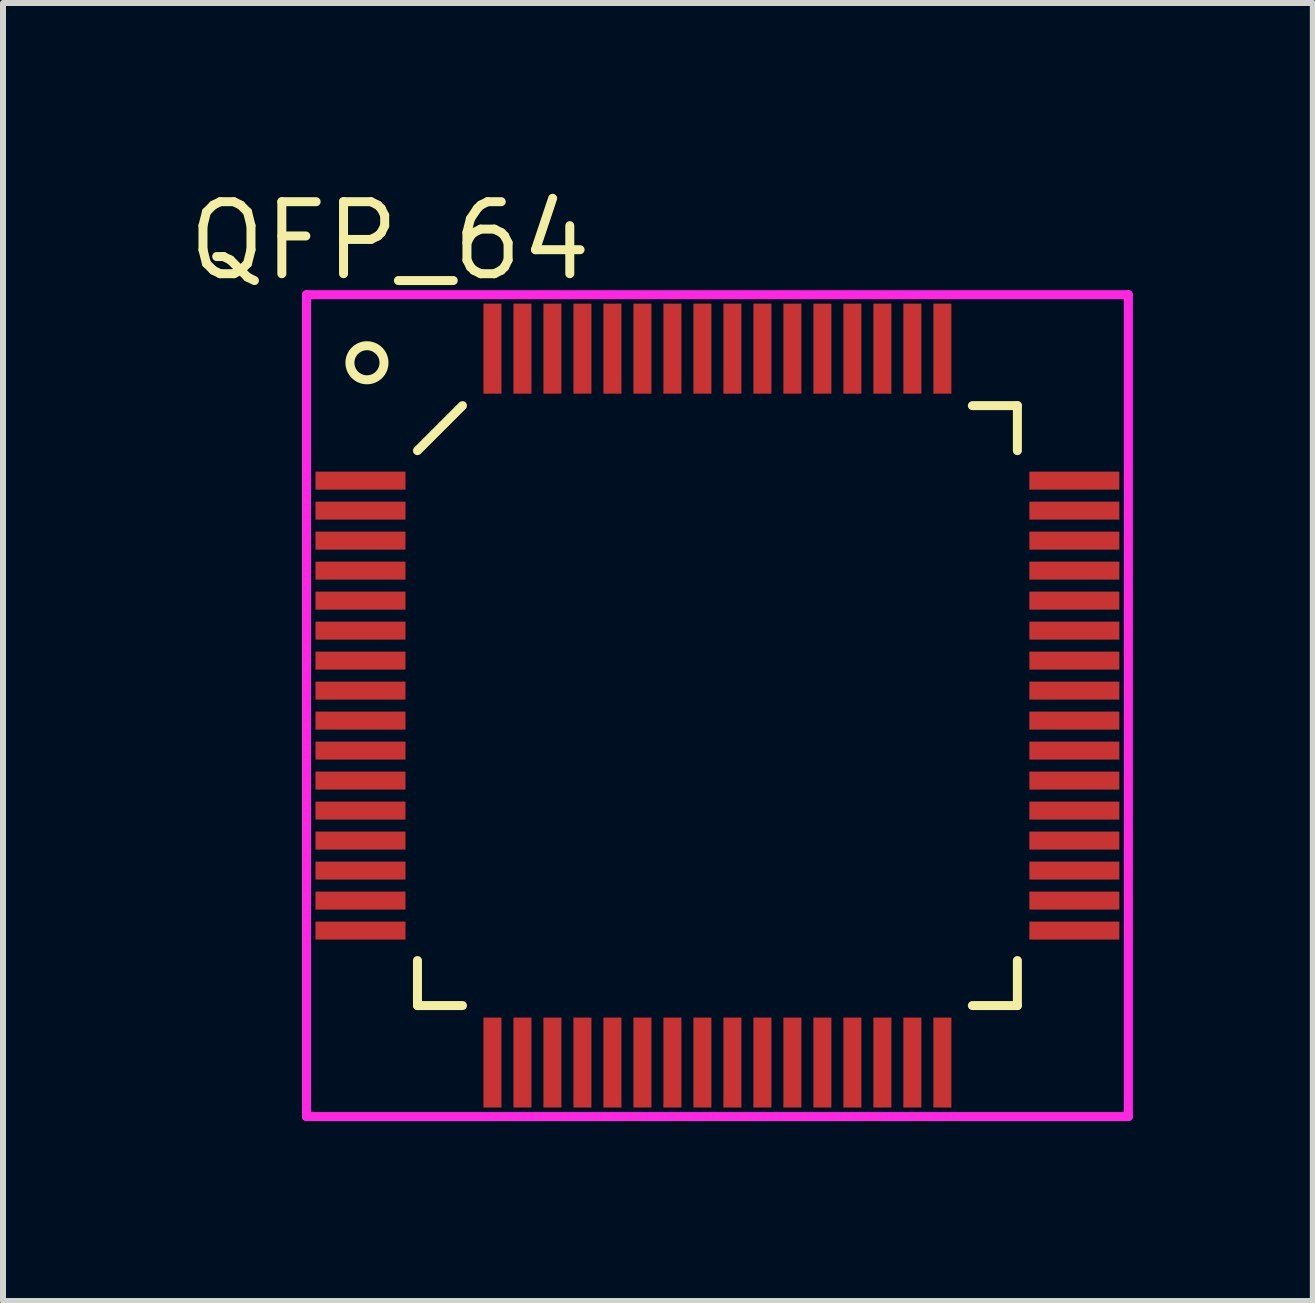
<source format=kicad_pcb>
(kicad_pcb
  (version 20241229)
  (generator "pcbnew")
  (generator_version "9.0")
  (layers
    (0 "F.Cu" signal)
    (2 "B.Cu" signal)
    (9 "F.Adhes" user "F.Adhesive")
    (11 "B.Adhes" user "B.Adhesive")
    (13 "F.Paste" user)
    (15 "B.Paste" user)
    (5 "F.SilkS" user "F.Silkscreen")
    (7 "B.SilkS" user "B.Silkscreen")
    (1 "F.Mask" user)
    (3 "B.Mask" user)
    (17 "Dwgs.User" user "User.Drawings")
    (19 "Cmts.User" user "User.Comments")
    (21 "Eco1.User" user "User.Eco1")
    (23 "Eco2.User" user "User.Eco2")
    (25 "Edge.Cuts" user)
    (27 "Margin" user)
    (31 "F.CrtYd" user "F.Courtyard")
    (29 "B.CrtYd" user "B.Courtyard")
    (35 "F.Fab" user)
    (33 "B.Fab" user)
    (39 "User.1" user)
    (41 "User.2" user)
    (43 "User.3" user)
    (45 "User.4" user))
  (footprint "QFP_64"
    (layer "F.Cu")
    (at 8.909 8.712)
    (property "Reference" "QFP_64" (at -5.461 -7.747 0) (layer "F.SilkS") (effects (font (size 1.2 1.2) (thickness 0.15))))
    (attr through_hole)
    (fp_line (start -5 -4.25) (end -4.25 -5) (stroke (width 0.15) (type solid)) (layer "F.SilkS"))
    (fp_line (start -5 5) (end -5 4.25) (stroke (width 0.15) (type solid)) (layer "F.SilkS"))
    (fp_line (start -4.25 5) (end -5 5) (stroke (width 0.15) (type solid)) (layer "F.SilkS"))
    (fp_line (start 4.25 -5) (end 5 -5) (stroke (width 0.15) (type solid)) (layer "F.SilkS"))
    (fp_line (start 4.25 5) (end 5 5) (stroke (width 0.15) (type solid)) (layer "F.SilkS"))
    (fp_line (start 5 -5) (end 5 -4.25) (stroke (width 0.15) (type solid)) (layer "F.SilkS"))
    (fp_line (start 5 5) (end 5 4.25) (stroke (width 0.15) (type solid)) (layer "F.SilkS"))
    (fp_circle (center -5.842 -5.715) (end -5.588 -5.588) (stroke (width 0.15) (type solid)) (fill no) (layer "F.SilkS"))
    (fp_line (start -6.85 -6.85) (end 6.85 -6.85) (stroke (width 0.15) (type solid)) (layer "F.CrtYd"))
    (fp_line (start -6.85 6.85) (end -6.85 -6.85) (stroke (width 0.15) (type solid)) (layer "F.CrtYd"))
    (fp_line (start 6.85 -6.85) (end 6.85 6.85) (stroke (width 0.15) (type solid)) (layer "F.CrtYd"))
    (fp_line (start 6.85 6.85) (end -6.85 6.85) (stroke (width 0.15) (type solid)) (layer "F.CrtYd"))
    (pad "1" smd rect (at -5.95 -3.75 90) (size 0.3 1.5) (layers "F.Cu" "F.Mask" "F.Paste"))
    (pad "2" smd rect (at -5.95 -3.25 90) (size 0.3 1.5) (layers "F.Cu" "F.Mask" "F.Paste"))
    (pad "3" smd rect (at -5.95 -2.75 90) (size 0.3 1.5) (layers "F.Cu" "F.Mask" "F.Paste"))
    (pad "4" smd rect (at -5.95 -2.25 90) (size 0.3 1.5) (layers "F.Cu" "F.Mask" "F.Paste"))
    (pad "5" smd rect (at -5.95 -1.75 90) (size 0.3 1.5) (layers "F.Cu" "F.Mask" "F.Paste"))
    (pad "6" smd rect (at -5.95 -1.25 90) (size 0.3 1.5) (layers "F.Cu" "F.Mask" "F.Paste"))
    (pad "7" smd rect (at -5.95 -0.75 90) (size 0.3 1.5) (layers "F.Cu" "F.Mask" "F.Paste"))
    (pad "8" smd rect (at -5.95 -0.25 90) (size 0.3 1.5) (layers "F.Cu" "F.Mask" "F.Paste"))
    (pad "9" smd rect (at -5.95 0.25 90) (size 0.3 1.5) (layers "F.Cu" "F.Mask" "F.Paste"))
    (pad "10" smd rect (at -5.95 0.75 90) (size 0.3 1.5) (layers "F.Cu" "F.Mask" "F.Paste"))
    (pad "11" smd rect (at -5.95 1.25 90) (size 0.3 1.5) (layers "F.Cu" "F.Mask" "F.Paste"))
    (pad "12" smd rect (at -5.95 1.75 90) (size 0.3 1.5) (layers "F.Cu" "F.Mask" "F.Paste"))
    (pad "13" smd rect (at -5.95 2.25 90) (size 0.3 1.5) (layers "F.Cu" "F.Mask" "F.Paste"))
    (pad "14" smd rect (at -5.95 2.75 90) (size 0.3 1.5) (layers "F.Cu" "F.Mask" "F.Paste"))
    (pad "15" smd rect (at -5.95 3.25 90) (size 0.3 1.5) (layers "F.Cu" "F.Mask" "F.Paste"))
    (pad "16" smd rect (at -5.95 3.75 90) (size 0.3 1.5) (layers "F.Cu" "F.Mask" "F.Paste"))
    (pad "17" smd rect (at -3.75 5.95) (size 0.3 1.5) (layers "F.Cu" "F.Mask" "F.Paste"))
    (pad "18" smd rect (at -3.25 5.95) (size 0.3 1.5) (layers "F.Cu" "F.Mask" "F.Paste"))
    (pad "19" smd rect (at -2.75 5.95) (size 0.3 1.5) (layers "F.Cu" "F.Mask" "F.Paste"))
    (pad "20" smd rect (at -2.25 5.95) (size 0.3 1.5) (layers "F.Cu" "F.Mask" "F.Paste"))
    (pad "21" smd rect (at -1.75 5.95) (size 0.3 1.5) (layers "F.Cu" "F.Mask" "F.Paste"))
    (pad "22" smd rect (at -1.25 5.95) (size 0.3 1.5) (layers "F.Cu" "F.Mask" "F.Paste"))
    (pad "23" smd rect (at -0.75 5.95) (size 0.3 1.5) (layers "F.Cu" "F.Mask" "F.Paste"))
    (pad "24" smd rect (at -0.25 5.95) (size 0.3 1.5) (layers "F.Cu" "F.Mask" "F.Paste"))
    (pad "25" smd rect (at 0.25 5.95) (size 0.3 1.5) (layers "F.Cu" "F.Mask" "F.Paste"))
    (pad "26" smd rect (at 0.75 5.95) (size 0.3 1.5) (layers "F.Cu" "F.Mask" "F.Paste"))
    (pad "27" smd rect (at 1.25 5.95) (size 0.3 1.5) (layers "F.Cu" "F.Mask" "F.Paste"))
    (pad "28" smd rect (at 1.75 5.95) (size 0.3 1.5) (layers "F.Cu" "F.Mask" "F.Paste"))
    (pad "29" smd rect (at 2.25 5.95) (size 0.3 1.5) (layers "F.Cu" "F.Mask" "F.Paste"))
    (pad "30" smd rect (at 2.75 5.95) (size 0.3 1.5) (layers "F.Cu" "F.Mask" "F.Paste"))
    (pad "31" smd rect (at 3.25 5.95) (size 0.3 1.5) (layers "F.Cu" "F.Mask" "F.Paste"))
    (pad "32" smd rect (at 3.75 5.95) (size 0.3 1.5) (layers "F.Cu" "F.Mask" "F.Paste"))
    (pad "33" smd rect (at 5.95 3.75 90) (size 0.3 1.5) (layers "F.Cu" "F.Mask" "F.Paste"))
    (pad "34" smd rect (at 5.95 3.25 90) (size 0.3 1.5) (layers "F.Cu" "F.Mask" "F.Paste"))
    (pad "35" smd rect (at 5.95 2.75 90) (size 0.3 1.5) (layers "F.Cu" "F.Mask" "F.Paste"))
    (pad "36" smd rect (at 5.95 2.25 90) (size 0.3 1.5) (layers "F.Cu" "F.Mask" "F.Paste"))
    (pad "37" smd rect (at 5.95 1.75 90) (size 0.3 1.5) (layers "F.Cu" "F.Mask" "F.Paste"))
    (pad "38" smd rect (at 5.95 1.25 90) (size 0.3 1.5) (layers "F.Cu" "F.Mask" "F.Paste"))
    (pad "39" smd rect (at 5.95 0.75 90) (size 0.3 1.5) (layers "F.Cu" "F.Mask" "F.Paste"))
    (pad "40" smd rect (at 5.95 0.25 90) (size 0.3 1.5) (layers "F.Cu" "F.Mask" "F.Paste"))
    (pad "41" smd rect (at 5.95 -0.25 90) (size 0.3 1.5) (layers "F.Cu" "F.Mask" "F.Paste"))
    (pad "42" smd rect (at 5.95 -0.75 90) (size 0.3 1.5) (layers "F.Cu" "F.Mask" "F.Paste"))
    (pad "43" smd rect (at 5.95 -1.25 90) (size 0.3 1.5) (layers "F.Cu" "F.Mask" "F.Paste"))
    (pad "44" smd rect (at 5.95 -1.75 90) (size 0.3 1.5) (layers "F.Cu" "F.Mask" "F.Paste"))
    (pad "45" smd rect (at 5.95 -2.25 90) (size 0.3 1.5) (layers "F.Cu" "F.Mask" "F.Paste"))
    (pad "46" smd rect (at 5.95 -2.75 90) (size 0.3 1.5) (layers "F.Cu" "F.Mask" "F.Paste"))
    (pad "47" smd rect (at 5.95 -3.25 90) (size 0.3 1.5) (layers "F.Cu" "F.Mask" "F.Paste"))
    (pad "48" smd rect (at 5.95 -3.75 90) (size 0.3 1.5) (layers "F.Cu" "F.Mask" "F.Paste"))
    (pad "49" smd rect (at 3.75 -5.95) (size 0.3 1.5) (layers "F.Cu" "F.Mask" "F.Paste"))
    (pad "50" smd rect (at 3.25 -5.95) (size 0.3 1.5) (layers "F.Cu" "F.Mask" "F.Paste"))
    (pad "51" smd rect (at 2.75 -5.95) (size 0.3 1.5) (layers "F.Cu" "F.Mask" "F.Paste"))
    (pad "52" smd rect (at 2.25 -5.95) (size 0.3 1.5) (layers "F.Cu" "F.Mask" "F.Paste"))
    (pad "53" smd rect (at 1.75 -5.95) (size 0.3 1.5) (layers "F.Cu" "F.Mask" "F.Paste"))
    (pad "54" smd rect (at 1.25 -5.95) (size 0.3 1.5) (layers "F.Cu" "F.Mask" "F.Paste"))
    (pad "55" smd rect (at 0.75 -5.95) (size 0.3 1.5) (layers "F.Cu" "F.Mask" "F.Paste"))
    (pad "56" smd rect (at 0.25 -5.95) (size 0.3 1.5) (layers "F.Cu" "F.Mask" "F.Paste"))
    (pad "57" smd rect (at -0.25 -5.95) (size 0.3 1.5) (layers "F.Cu" "F.Mask" "F.Paste"))
    (pad "58" smd rect (at -0.75 -5.95) (size 0.3 1.5) (layers "F.Cu" "F.Mask" "F.Paste"))
    (pad "59" smd rect (at -1.25 -5.95) (size 0.3 1.5) (layers "F.Cu" "F.Mask" "F.Paste"))
    (pad "60" smd rect (at -1.75 -5.95) (size 0.3 1.5) (layers "F.Cu" "F.Mask" "F.Paste"))
    (pad "61" smd rect (at -2.25 -5.95) (size 0.3 1.5) (layers "F.Cu" "F.Mask" "F.Paste"))
    (pad "62" smd rect (at -2.75 -5.95) (size 0.3 1.5) (layers "F.Cu" "F.Mask" "F.Paste"))
    (pad "63" smd rect (at -3.25 -5.95) (size 0.3 1.5) (layers "F.Cu" "F.Mask" "F.Paste"))
    (pad "64" smd rect (at -3.75 -5.95) (size 0.3 1.5) (layers "F.Cu" "F.Mask" "F.Paste")))
  (gr_rect
    (start -3 -3)
    (end 18.834 18.637)
    (stroke (width 0.1) (type default))
    (fill no)
    (layer "Edge.Cuts")))
</source>
